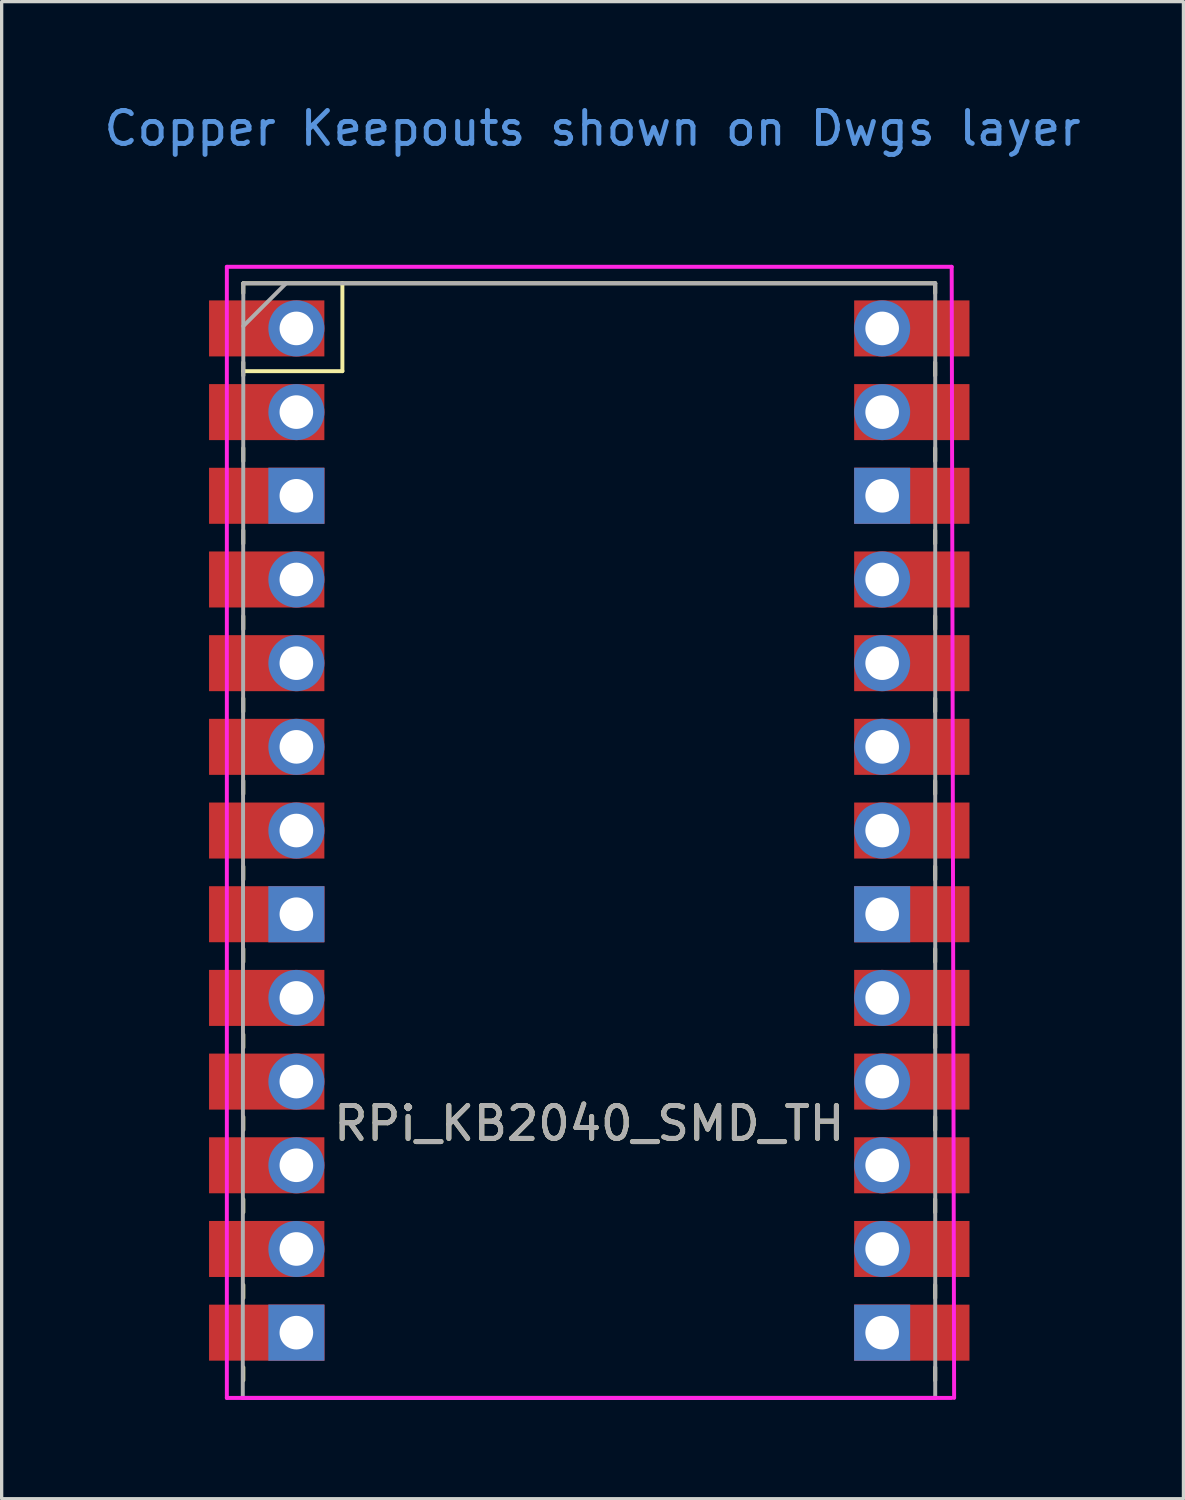
<source format=kicad_pcb>
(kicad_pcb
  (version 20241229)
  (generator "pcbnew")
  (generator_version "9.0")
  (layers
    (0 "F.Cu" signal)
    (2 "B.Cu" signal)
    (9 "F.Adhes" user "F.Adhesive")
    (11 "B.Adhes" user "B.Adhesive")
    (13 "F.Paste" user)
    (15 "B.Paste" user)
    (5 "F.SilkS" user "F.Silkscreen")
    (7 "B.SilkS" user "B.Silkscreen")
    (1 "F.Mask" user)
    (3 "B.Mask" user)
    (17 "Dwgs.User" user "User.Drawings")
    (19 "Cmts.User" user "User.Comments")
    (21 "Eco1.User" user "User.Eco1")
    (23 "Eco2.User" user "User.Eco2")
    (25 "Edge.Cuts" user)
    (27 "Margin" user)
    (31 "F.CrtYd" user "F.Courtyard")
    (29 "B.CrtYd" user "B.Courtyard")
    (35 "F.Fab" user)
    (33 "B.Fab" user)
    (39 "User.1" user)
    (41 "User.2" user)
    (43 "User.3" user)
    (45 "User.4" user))
  (footprint "RPi_KB2040_SMD_TH"
    (layer "F.Cu")
    (at 14.835 31.048)
    (property "Reference" "RPi_KB2040_SMD_TH" (at 0 0 0) (layer "F.SilkS") (effects (font (size 1 1) (thickness 0.15))))
    (attr through_hole)
    (fp_line (start -10.5 -25.5) (end -10.5 -25.2) (stroke (width 0.12) (type solid)) (layer "F.SilkS"))
    (fp_line (start -10.5 -25.5) (end 10.5 -25.5) (stroke (width 0.12) (type solid)) (layer "F.SilkS"))
    (fp_line (start -10.5 -23.1) (end -10.5 -22.7) (stroke (width 0.12) (type solid)) (layer "F.SilkS"))
    (fp_line (start -10.5 -22.833) (end -7.493 -22.833) (stroke (width 0.12) (type solid)) (layer "F.SilkS"))
    (fp_line (start -10.5 -20.5) (end -10.5 -20.1) (stroke (width 0.12) (type solid)) (layer "F.SilkS"))
    (fp_line (start -10.5 -18) (end -10.5 -17.6) (stroke (width 0.12) (type solid)) (layer "F.SilkS"))
    (fp_line (start -10.5 -15.4) (end -10.5 -15) (stroke (width 0.12) (type solid)) (layer "F.SilkS"))
    (fp_line (start -10.5 -12.9) (end -10.5 -12.5) (stroke (width 0.12) (type solid)) (layer "F.SilkS"))
    (fp_line (start -10.5 -10.4) (end -10.5 -10) (stroke (width 0.12) (type solid)) (layer "F.SilkS"))
    (fp_line (start -10.5 -7.8) (end -10.5 -7.4) (stroke (width 0.12) (type solid)) (layer "F.SilkS"))
    (fp_line (start -10.5 -5.3) (end -10.5 -4.9) (stroke (width 0.12) (type solid)) (layer "F.SilkS"))
    (fp_line (start -10.5 -2.7) (end -10.5 -2.3) (stroke (width 0.12) (type solid)) (layer "F.SilkS"))
    (fp_line (start -10.5 -0.2) (end -10.5 0.2) (stroke (width 0.12) (type solid)) (layer "F.SilkS"))
    (fp_line (start -10.5 2.3) (end -10.5 2.7) (stroke (width 0.12) (type solid)) (layer "F.SilkS"))
    (fp_line (start -10.5 4.9) (end -10.5 5.3) (stroke (width 0.12) (type solid)) (layer "F.SilkS"))
    (fp_line (start -10.5 7.4) (end -10.5 7.8) (stroke (width 0.12) (type solid)) (layer "F.SilkS"))
    (fp_line (start -7.493 -22.833) (end -7.493 -25.5) (stroke (width 0.12) (type solid)) (layer "F.SilkS"))
    (fp_line (start 10.5 -25.5) (end 10.5 -25.2) (stroke (width 0.12) (type solid)) (layer "F.SilkS"))
    (fp_line (start 10.5 -23.1) (end 10.5 -22.7) (stroke (width 0.12) (type solid)) (layer "F.SilkS"))
    (fp_line (start 10.5 -20.5) (end 10.5 -20.1) (stroke (width 0.12) (type solid)) (layer "F.SilkS"))
    (fp_line (start 10.5 -18) (end 10.5 -17.6) (stroke (width 0.12) (type solid)) (layer "F.SilkS"))
    (fp_line (start 10.5 -15.4) (end 10.5 -15) (stroke (width 0.12) (type solid)) (layer "F.SilkS"))
    (fp_line (start 10.5 -12.9) (end 10.5 -12.5) (stroke (width 0.12) (type solid)) (layer "F.SilkS"))
    (fp_line (start 10.5 -10.4) (end 10.5 -10) (stroke (width 0.12) (type solid)) (layer "F.SilkS"))
    (fp_line (start 10.5 -7.8) (end 10.5 -7.4) (stroke (width 0.12) (type solid)) (layer "F.SilkS"))
    (fp_line (start 10.5 -5.3) (end 10.5 -4.9) (stroke (width 0.12) (type solid)) (layer "F.SilkS"))
    (fp_line (start 10.5 -2.7) (end 10.5 -2.3) (stroke (width 0.12) (type solid)) (layer "F.SilkS"))
    (fp_line (start 10.5 -0.2) (end 10.5 0.2) (stroke (width 0.12) (type solid)) (layer "F.SilkS"))
    (fp_line (start 10.5 2.3) (end 10.5 2.7) (stroke (width 0.12) (type solid)) (layer "F.SilkS"))
    (fp_line (start 10.5 4.9) (end 10.5 5.3) (stroke (width 0.12) (type solid)) (layer "F.SilkS"))
    (fp_line (start 10.5 7.4) (end 10.5 7.8) (stroke (width 0.12) (type solid)) (layer "F.SilkS"))
    (fp_line (start -11 -26) (end 11 -26) (stroke (width 0.12) (type solid)) (layer "F.CrtYd"))
    (fp_line (start -11 8.331) (end -11 -26) (stroke (width 0.12) (type solid)) (layer "F.CrtYd"))
    (fp_line (start 11 -26) (end 11.074 8.331) (stroke (width 0.12) (type solid)) (layer "F.CrtYd"))
    (fp_line (start 11 8.331) (end -11 8.331) (stroke (width 0.12) (type solid)) (layer "F.CrtYd"))
    (fp_line (start -10.516 8.331) (end -10.5 -25.5) (stroke (width 0.12) (type solid)) (layer "F.Fab"))
    (fp_line (start -10.5 -25.5) (end 10.5 -25.5) (stroke (width 0.12) (type solid)) (layer "F.Fab"))
    (fp_line (start -10.5 -24.2) (end -9.2 -25.5) (stroke (width 0.12) (type solid)) (layer "F.Fab"))
    (fp_line (start 10.5 -25.5) (end 10.5 8.331) (stroke (width 0.12) (type solid)) (layer "F.Fab"))
    (fp_line (start 10.5 8.331) (end -10.516 8.331) (stroke (width 0.12) (type solid)) (layer "F.Fab"))
    (fp_text user "Copper Keepouts shown on Dwgs layer" (at 0.1 -30.2 0) (layer "Cmts.User") (effects (font (size 1 1) (thickness 0.15))))
    (fp_text user "${REFERENCE}" (at 0 0 180) (layer "F.Fab") (effects (font (size 1 1) (thickness 0.15))))
    (pad "1" thru_hole oval (at -8.89 -24.13) (size 1.7 1.7) (drill 1.02) (layers "*.Cu" "*.Mask"))
    (pad "1" smd rect (at -8.89 -24.13) (size 3.5 1.7) (drill (offset -0.9 0)) (layers "F.Cu" "F.Mask"))
    (pad "2" thru_hole oval (at -8.89 -21.59) (size 1.7 1.7) (drill 1.02) (layers "*.Cu" "*.Mask"))
    (pad "2" smd rect (at -8.89 -21.59) (size 3.5 1.7) (drill (offset -0.9 0)) (layers "F.Cu" "F.Mask"))
    (pad "3" thru_hole rect (at -8.89 -19.05) (size 1.7 1.7) (drill 1.02) (layers "*.Cu" "*.Mask"))
    (pad "3" smd rect (at -8.89 -19.05) (size 3.5 1.7) (drill (offset -0.9 0)) (layers "F.Cu" "F.Mask"))
    (pad "4" thru_hole oval (at -8.89 -16.51) (size 1.7 1.7) (drill 1.02) (layers "*.Cu" "*.Mask"))
    (pad "4" smd rect (at -8.89 -16.51) (size 3.5 1.7) (drill (offset -0.9 0)) (layers "F.Cu" "F.Mask"))
    (pad "5" thru_hole oval (at -8.89 -13.97) (size 1.7 1.7) (drill 1.02) (layers "*.Cu" "*.Mask"))
    (pad "5" smd rect (at -8.89 -13.97) (size 3.5 1.7) (drill (offset -0.9 0)) (layers "F.Cu" "F.Mask"))
    (pad "6" thru_hole oval (at -8.89 -11.43) (size 1.7 1.7) (drill 1.02) (layers "*.Cu" "*.Mask"))
    (pad "6" smd rect (at -8.89 -11.43) (size 3.5 1.7) (drill (offset -0.9 0)) (layers "F.Cu" "F.Mask"))
    (pad "7" thru_hole oval (at -8.89 -8.89) (size 1.7 1.7) (drill 1.02) (layers "*.Cu" "*.Mask"))
    (pad "7" smd rect (at -8.89 -8.89) (size 3.5 1.7) (drill (offset -0.9 0)) (layers "F.Cu" "F.Mask"))
    (pad "8" thru_hole rect (at -8.89 -6.35) (size 1.7 1.7) (drill 1.02) (layers "*.Cu" "*.Mask"))
    (pad "8" smd rect (at -8.89 -6.35) (size 3.5 1.7) (drill (offset -0.9 0)) (layers "F.Cu" "F.Mask"))
    (pad "9" thru_hole oval (at -8.89 -3.81) (size 1.7 1.7) (drill 1.02) (layers "*.Cu" "*.Mask"))
    (pad "9" smd rect (at -8.89 -3.81) (size 3.5 1.7) (drill (offset -0.9 0)) (layers "F.Cu" "F.Mask"))
    (pad "10" thru_hole oval (at -8.89 -1.27) (size 1.7 1.7) (drill 1.02) (layers "*.Cu" "*.Mask"))
    (pad "10" smd rect (at -8.89 -1.27) (size 3.5 1.7) (drill (offset -0.9 0)) (layers "F.Cu" "F.Mask"))
    (pad "11" thru_hole oval (at -8.89 1.27) (size 1.7 1.7) (drill 1.02) (layers "*.Cu" "*.Mask"))
    (pad "11" smd rect (at -8.89 1.27) (size 3.5 1.7) (drill (offset -0.9 0)) (layers "F.Cu" "F.Mask"))
    (pad "12" thru_hole oval (at -8.89 3.81) (size 1.7 1.7) (drill 1.02) (layers "*.Cu" "*.Mask"))
    (pad "12" smd rect (at -8.89 3.81) (size 3.5 1.7) (drill (offset -0.9 0)) (layers "F.Cu" "F.Mask"))
    (pad "13" thru_hole rect (at -8.89 6.35) (size 1.7 1.7) (drill 1.02) (layers "*.Cu" "*.Mask"))
    (pad "13" smd rect (at -8.89 6.35) (size 3.5 1.7) (drill (offset -0.9 0)) (layers "F.Cu" "F.Mask"))
    (pad "14" thru_hole rect (at 8.89 6.35) (size 1.7 1.7) (drill 1.02) (layers "*.Cu" "*.Mask"))
    (pad "14" smd rect (at 8.89 6.35) (size 3.5 1.7) (drill (offset 0.9 0)) (layers "F.Cu" "F.Mask"))
    (pad "15" thru_hole oval (at 8.89 3.81) (size 1.7 1.7) (drill 1.02) (layers "*.Cu" "*.Mask"))
    (pad "15" smd rect (at 8.89 3.81) (size 3.5 1.7) (drill (offset 0.9 0)) (layers "F.Cu" "F.Mask"))
    (pad "16" thru_hole oval (at 8.89 1.27) (size 1.7 1.7) (drill 1.02) (layers "*.Cu" "*.Mask"))
    (pad "16" smd rect (at 8.89 1.27) (size 3.5 1.7) (drill (offset 0.9 0)) (layers "F.Cu" "F.Mask"))
    (pad "17" thru_hole oval (at 8.89 -1.27) (size 1.7 1.7) (drill 1.02) (layers "*.Cu" "*.Mask"))
    (pad "17" smd rect (at 8.89 -1.27) (size 3.5 1.7) (drill (offset 0.9 0)) (layers "F.Cu" "F.Mask"))
    (pad "18" thru_hole oval (at 8.89 -3.81) (size 1.7 1.7) (drill 1.02) (layers "*.Cu" "*.Mask"))
    (pad "18" smd rect (at 8.89 -3.81) (size 3.5 1.7) (drill (offset 0.9 0)) (layers "F.Cu" "F.Mask"))
    (pad "19" thru_hole rect (at 8.89 -6.35) (size 1.7 1.7) (drill 1.02) (layers "*.Cu" "*.Mask"))
    (pad "19" smd rect (at 8.89 -6.35) (size 3.5 1.7) (drill (offset 0.9 0)) (layers "F.Cu" "F.Mask"))
    (pad "20" thru_hole oval (at 8.89 -8.89) (size 1.7 1.7) (drill 1.02) (layers "*.Cu" "*.Mask"))
    (pad "20" smd rect (at 8.89 -8.89) (size 3.5 1.7) (drill (offset 0.9 0)) (layers "F.Cu" "F.Mask"))
    (pad "21" thru_hole oval (at 8.89 -11.43) (size 1.7 1.7) (drill 1.02) (layers "*.Cu" "*.Mask"))
    (pad "21" smd rect (at 8.89 -11.43) (size 3.5 1.7) (drill (offset 0.9 0)) (layers "F.Cu" "F.Mask"))
    (pad "22" thru_hole oval (at 8.89 -13.97) (size 1.7 1.7) (drill 1.02) (layers "*.Cu" "*.Mask"))
    (pad "22" smd rect (at 8.89 -13.97) (size 3.5 1.7) (drill (offset 0.9 0)) (layers "F.Cu" "F.Mask"))
    (pad "23" thru_hole oval (at 8.89 -16.51) (size 1.7 1.7) (drill 1.02) (layers "*.Cu" "*.Mask"))
    (pad "23" smd rect (at 8.89 -16.51) (size 3.5 1.7) (drill (offset 0.9 0)) (layers "F.Cu" "F.Mask"))
    (pad "24" thru_hole rect (at 8.89 -19.05) (size 1.7 1.7) (drill 1.02) (layers "*.Cu" "*.Mask"))
    (pad "24" smd rect (at 8.89 -19.05) (size 3.5 1.7) (drill (offset 0.9 0)) (layers "F.Cu" "F.Mask"))
    (pad "25" thru_hole oval (at 8.89 -21.59) (size 1.7 1.7) (drill 1.02) (layers "*.Cu" "*.Mask"))
    (pad "25" smd rect (at 8.89 -21.59) (size 3.5 1.7) (drill (offset 0.9 0)) (layers "F.Cu" "F.Mask"))
    (pad "26" thru_hole oval (at 8.89 -24.13) (size 1.7 1.7) (drill 1.02) (layers "*.Cu" "*.Mask"))
    (pad "26" smd rect (at 8.89 -24.13) (size 3.5 1.7) (drill (offset 0.9 0)) (layers "F.Cu" "F.Mask"))
    (zone (net_name "") (layer "F.Cu") (hatch edge 0.508) (connect_pads) (min_thickness 0.254) (filled_areas_thickness no) (keepout (tracks not_allowed) (vias not_allowed) (pads not_allowed) (copperpour not_allowed) (footprints not_allowed)) (placement (enabled no)) (fill) (polygon (pts (xy 21.947 38.262) (xy 7.773 38.262) (xy 7.773 6.105) (xy 21.947 6.105)))))
  (gr_rect
    (start -3 -3)
    (end 32.869 42.439)
    (stroke (width 0.1) (type default))
    (fill no)
    (layer "Edge.Cuts")))
</source>
